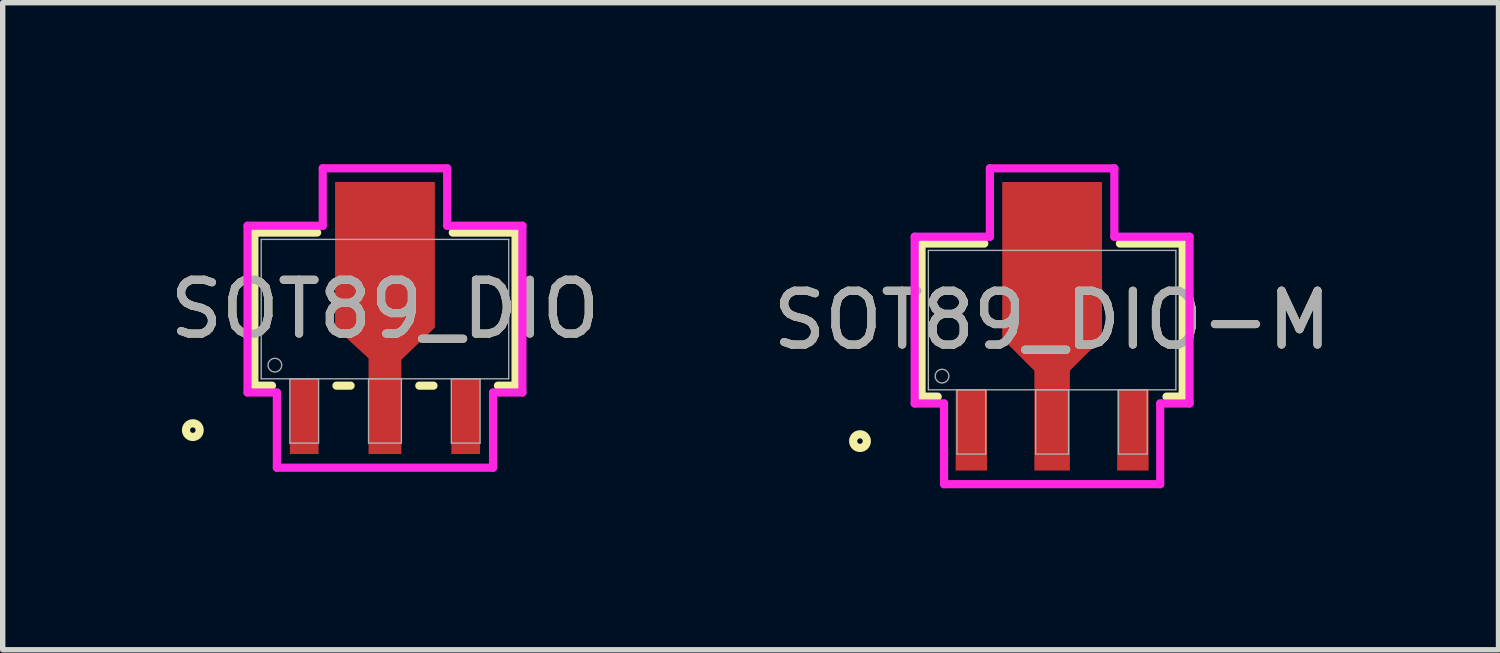
<source format=kicad_pcb>
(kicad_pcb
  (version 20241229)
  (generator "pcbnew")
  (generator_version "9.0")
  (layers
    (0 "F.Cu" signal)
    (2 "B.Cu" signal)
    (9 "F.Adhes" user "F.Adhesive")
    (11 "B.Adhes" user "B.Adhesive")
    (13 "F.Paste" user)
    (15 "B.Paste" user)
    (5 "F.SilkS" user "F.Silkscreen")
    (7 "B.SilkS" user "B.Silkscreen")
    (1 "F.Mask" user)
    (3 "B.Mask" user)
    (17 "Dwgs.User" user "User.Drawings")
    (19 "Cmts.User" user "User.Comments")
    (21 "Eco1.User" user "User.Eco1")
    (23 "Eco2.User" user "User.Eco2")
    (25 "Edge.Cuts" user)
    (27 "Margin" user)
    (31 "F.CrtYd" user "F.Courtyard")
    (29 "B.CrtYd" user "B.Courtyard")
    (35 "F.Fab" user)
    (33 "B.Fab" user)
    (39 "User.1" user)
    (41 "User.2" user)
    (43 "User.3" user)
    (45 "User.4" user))
  (footprint "SOT89_DIO-M"
    (layer "F.Cu")
    (at 16.494 2.896)
    (property "Reference" "SOT89_DIO-M" (at 0 0 0) (unlocked yes) (layer "F.SilkS") (effects (font (size 1 1) (thickness 0.15))))
    (attr smd)
    (fp_poly (pts (xy -0.33 1.295) (xy -0.33 0.94) (xy -0.927 0.343) (xy -0.927 -2.565) (xy 0.927 -2.565) (xy 0.927 0.343) (xy 0.33 0.94) (xy 0.33 1.295)) (stroke (width 0) (type solid)) (fill yes) (layer "F.Cu"))
    (fp_poly (pts (xy -0.33 1.321) (xy -0.33 0.94) (xy -0.927 0.343) (xy -0.927 -2.311) (xy 0.927 -2.311) (xy 0.927 0.343) (xy 0.33 0.94) (xy 0.33 1.321)) (stroke (width 0) (type solid)) (fill yes) (layer "F.Mask"))
    (fp_line (start -2.426 -1.422) (end -2.426 1.422) (stroke (width 0.152) (type solid)) (layer "F.SilkS"))
    (fp_line (start -2.426 1.422) (end -2.125 1.422) (stroke (width 0.152) (type solid)) (layer "F.SilkS"))
    (fp_line (start -1.26 -1.422) (end -2.426 -1.422) (stroke (width 0.152) (type solid)) (layer "F.SilkS"))
    (fp_line (start 2.125 1.422) (end 2.426 1.422) (stroke (width 0.152) (type solid)) (layer "F.SilkS"))
    (fp_line (start 2.426 -1.422) (end 1.26 -1.422) (stroke (width 0.152) (type solid)) (layer "F.SilkS"))
    (fp_line (start 2.426 1.422) (end 2.426 -1.422) (stroke (width 0.152) (type solid)) (layer "F.SilkS"))
    (fp_circle (center -3.569 2.248) (end -3.442 2.248) (stroke (width 0.152) (type solid)) (fill no) (layer "F.SilkS"))
    (fp_poly (pts (xy -0.33 1.321) (xy -0.33 0.94) (xy -0.927 0.343) (xy -0.927 -2.311) (xy 0.927 -2.311) (xy 0.927 0.343) (xy 0.33 0.94) (xy 0.33 1.321)) (stroke (width 0) (type solid)) (fill yes) (layer "F.Paste"))
    (fp_line (start -2.553 -1.549) (end -1.156 -1.549) (stroke (width 0.152) (type solid)) (layer "F.CrtYd"))
    (fp_line (start -2.553 1.549) (end -2.553 -1.549) (stroke (width 0.152) (type solid)) (layer "F.CrtYd"))
    (fp_line (start -2.008 1.549) (end -2.553 1.549) (stroke (width 0.152) (type solid)) (layer "F.CrtYd"))
    (fp_line (start -2.008 3.048) (end -2.008 1.549) (stroke (width 0.152) (type solid)) (layer "F.CrtYd"))
    (fp_line (start -1.156 -2.819) (end 1.156 -2.819) (stroke (width 0.152) (type solid)) (layer "F.CrtYd"))
    (fp_line (start -1.156 -1.549) (end -1.156 -2.819) (stroke (width 0.152) (type solid)) (layer "F.CrtYd"))
    (fp_line (start 1.156 -2.819) (end 1.156 -1.549) (stroke (width 0.152) (type solid)) (layer "F.CrtYd"))
    (fp_line (start 1.156 -1.549) (end 2.553 -1.549) (stroke (width 0.152) (type solid)) (layer "F.CrtYd"))
    (fp_line (start 2.008 1.549) (end 2.008 3.048) (stroke (width 0.152) (type solid)) (layer "F.CrtYd"))
    (fp_line (start 2.008 3.048) (end -2.008 3.048) (stroke (width 0.152) (type solid)) (layer "F.CrtYd"))
    (fp_line (start 2.553 -1.549) (end 2.553 1.549) (stroke (width 0.152) (type solid)) (layer "F.CrtYd"))
    (fp_line (start 2.553 1.549) (end 2.008 1.549) (stroke (width 0.152) (type solid)) (layer "F.CrtYd"))
    (fp_line (start -2.299 -1.295) (end -2.299 1.295) (stroke (width 0.025) (type solid)) (layer "F.Fab"))
    (fp_line (start -2.299 1.295) (end 2.299 1.295) (stroke (width 0.025) (type solid)) (layer "F.Fab"))
    (fp_line (start -1.767 1.295) (end -1.767 2.489) (stroke (width 0.025) (type solid)) (layer "F.Fab"))
    (fp_line (start -1.767 2.489) (end -1.233 2.489) (stroke (width 0.025) (type solid)) (layer "F.Fab"))
    (fp_line (start -1.233 1.295) (end -1.767 1.295) (stroke (width 0.025) (type solid)) (layer "F.Fab"))
    (fp_line (start -1.233 2.489) (end -1.233 1.295) (stroke (width 0.025) (type solid)) (layer "F.Fab"))
    (fp_line (start -0.305 1.295) (end -0.305 2.489) (stroke (width 0.025) (type solid)) (layer "F.Fab"))
    (fp_line (start -0.305 2.489) (end 0.305 2.489) (stroke (width 0.025) (type solid)) (layer "F.Fab"))
    (fp_line (start 0.305 1.295) (end -0.305 1.295) (stroke (width 0.025) (type solid)) (layer "F.Fab"))
    (fp_line (start 0.305 2.489) (end 0.305 1.295) (stroke (width 0.025) (type solid)) (layer "F.Fab"))
    (fp_line (start 1.233 1.295) (end 1.233 2.489) (stroke (width 0.025) (type solid)) (layer "F.Fab"))
    (fp_line (start 1.233 2.489) (end 1.767 2.489) (stroke (width 0.025) (type solid)) (layer "F.Fab"))
    (fp_line (start 1.767 1.295) (end 1.233 1.295) (stroke (width 0.025) (type solid)) (layer "F.Fab"))
    (fp_line (start 1.767 2.489) (end 1.767 1.295) (stroke (width 0.025) (type solid)) (layer "F.Fab"))
    (fp_line (start 2.299 -1.295) (end -2.299 -1.295) (stroke (width 0.025) (type solid)) (layer "F.Fab"))
    (fp_line (start 2.299 1.295) (end 2.299 -1.295) (stroke (width 0.025) (type solid)) (layer "F.Fab"))
    (fp_circle (center -2.045 1.041) (end -1.918 1.041) (stroke (width 0.025) (type solid)) (fill no) (layer "F.Fab"))
    (fp_text user "${REFERENCE}" (at 0 0 0) (unlocked yes) (layer "F.Fab") (effects (font (size 1 1) (thickness 0.15))))
    (pad "1" smd rect (at -1.5 2.045) (size 0.584 1.499) (layers "F.Cu" "F.Mask" "F.Paste"))
    (pad "2" smd rect (at 0 2.045) (size 0.66 1.499) (layers "F.Cu" "F.Mask" "F.Paste"))
    (pad "3" smd rect (at 1.5 2.045) (size 0.584 1.499) (layers "F.Cu" "F.Mask" "F.Paste")))
  (footprint "SOT89_DIO"
    (layer "F.Cu")
    (at 4.101 2.692)
    (property "Reference" "SOT89_DIO" (at 0 0 0) (unlocked yes) (layer "F.SilkS") (effects (font (size 1 1) (thickness 0.15))))
    (attr smd)
    (fp_poly (pts (xy -0.305 1.295) (xy -0.305 0.914) (xy -0.927 0.343) (xy -0.927 -2.362) (xy 0.927 -2.362) (xy 0.927 0.343) (xy 0.305 0.94) (xy 0.305 1.295)) (stroke (width 0) (type solid)) (fill yes) (layer "F.Cu"))
    (fp_poly (pts (xy -0.305 1.295) (xy -0.305 0.914) (xy -0.902 0.318) (xy -0.902 -2.21) (xy 0.902 -2.21) (xy 0.902 0.318) (xy 0.305 0.914) (xy 0.305 1.295)) (stroke (width 0) (type solid)) (fill yes) (layer "F.Mask"))
    (fp_line (start -2.426 -1.422) (end -2.426 1.422) (stroke (width 0.152) (type solid)) (layer "F.SilkS"))
    (fp_line (start -2.426 1.422) (end -2.099 1.422) (stroke (width 0.152) (type solid)) (layer "F.SilkS"))
    (fp_line (start -1.26 -1.422) (end -2.426 -1.422) (stroke (width 0.152) (type solid)) (layer "F.SilkS"))
    (fp_line (start -0.901 1.422) (end -0.638 1.422) (stroke (width 0.152) (type solid)) (layer "F.SilkS"))
    (fp_line (start 0.638 1.422) (end 0.901 1.422) (stroke (width 0.152) (type solid)) (layer "F.SilkS"))
    (fp_line (start 2.099 1.422) (end 2.426 1.422) (stroke (width 0.152) (type solid)) (layer "F.SilkS"))
    (fp_line (start 2.426 -1.422) (end 1.26 -1.422) (stroke (width 0.152) (type solid)) (layer "F.SilkS"))
    (fp_line (start 2.426 1.422) (end 2.426 -1.422) (stroke (width 0.152) (type solid)) (layer "F.SilkS"))
    (fp_circle (center -3.569 2.248) (end -3.442 2.248) (stroke (width 0.152) (type solid)) (fill no) (layer "F.SilkS"))
    (fp_poly (pts (xy -0.305 1.295) (xy -0.305 0.914) (xy -0.902 0.318) (xy -0.902 -2.21) (xy 0.902 -2.21) (xy 0.902 0.318) (xy 0.305 0.914) (xy 0.305 1.295)) (stroke (width 0) (type solid)) (fill yes) (layer "F.Paste"))
    (fp_line (start -2.553 -1.549) (end -1.156 -1.549) (stroke (width 0.152) (type solid)) (layer "F.CrtYd"))
    (fp_line (start -2.553 1.549) (end -2.553 -1.549) (stroke (width 0.152) (type solid)) (layer "F.CrtYd"))
    (fp_line (start -2.008 1.549) (end -2.553 1.549) (stroke (width 0.152) (type solid)) (layer "F.CrtYd"))
    (fp_line (start -2.008 2.946) (end -2.008 1.549) (stroke (width 0.152) (type solid)) (layer "F.CrtYd"))
    (fp_line (start -1.156 -2.616) (end 1.156 -2.616) (stroke (width 0.152) (type solid)) (layer "F.CrtYd"))
    (fp_line (start -1.156 -1.549) (end -1.156 -2.616) (stroke (width 0.152) (type solid)) (layer "F.CrtYd"))
    (fp_line (start 1.156 -2.616) (end 1.156 -1.549) (stroke (width 0.152) (type solid)) (layer "F.CrtYd"))
    (fp_line (start 1.156 -1.549) (end 2.553 -1.549) (stroke (width 0.152) (type solid)) (layer "F.CrtYd"))
    (fp_line (start 2.008 1.549) (end 2.008 2.946) (stroke (width 0.152) (type solid)) (layer "F.CrtYd"))
    (fp_line (start 2.008 2.946) (end -2.008 2.946) (stroke (width 0.152) (type solid)) (layer "F.CrtYd"))
    (fp_line (start 2.553 -1.549) (end 2.553 1.549) (stroke (width 0.152) (type solid)) (layer "F.CrtYd"))
    (fp_line (start 2.553 1.549) (end 2.008 1.549) (stroke (width 0.152) (type solid)) (layer "F.CrtYd"))
    (fp_line (start -2.299 -1.295) (end -2.299 1.295) (stroke (width 0.025) (type solid)) (layer "F.Fab"))
    (fp_line (start -2.299 1.295) (end 2.299 1.295) (stroke (width 0.025) (type solid)) (layer "F.Fab"))
    (fp_line (start -1.767 1.295) (end -1.767 2.489) (stroke (width 0.025) (type solid)) (layer "F.Fab"))
    (fp_line (start -1.767 2.489) (end -1.233 2.489) (stroke (width 0.025) (type solid)) (layer "F.Fab"))
    (fp_line (start -1.233 1.295) (end -1.767 1.295) (stroke (width 0.025) (type solid)) (layer "F.Fab"))
    (fp_line (start -1.233 2.489) (end -1.233 1.295) (stroke (width 0.025) (type solid)) (layer "F.Fab"))
    (fp_line (start -0.305 1.295) (end -0.305 2.489) (stroke (width 0.025) (type solid)) (layer "F.Fab"))
    (fp_line (start -0.305 2.489) (end 0.305 2.489) (stroke (width 0.025) (type solid)) (layer "F.Fab"))
    (fp_line (start 0.305 1.295) (end -0.305 1.295) (stroke (width 0.025) (type solid)) (layer "F.Fab"))
    (fp_line (start 0.305 2.489) (end 0.305 1.295) (stroke (width 0.025) (type solid)) (layer "F.Fab"))
    (fp_line (start 1.233 1.295) (end 1.233 2.489) (stroke (width 0.025) (type solid)) (layer "F.Fab"))
    (fp_line (start 1.233 2.489) (end 1.767 2.489) (stroke (width 0.025) (type solid)) (layer "F.Fab"))
    (fp_line (start 1.767 1.295) (end 1.233 1.295) (stroke (width 0.025) (type solid)) (layer "F.Fab"))
    (fp_line (start 1.767 2.489) (end 1.767 1.295) (stroke (width 0.025) (type solid)) (layer "F.Fab"))
    (fp_line (start 2.299 -1.295) (end -2.299 -1.295) (stroke (width 0.025) (type solid)) (layer "F.Fab"))
    (fp_line (start 2.299 1.295) (end 2.299 -1.295) (stroke (width 0.025) (type solid)) (layer "F.Fab"))
    (fp_circle (center -2.045 1.041) (end -1.918 1.041) (stroke (width 0.025) (type solid)) (fill no) (layer "F.Fab"))
    (fp_text user "${REFERENCE}" (at 0 0 0) (unlocked yes) (layer "F.Fab") (effects (font (size 1 1) (thickness 0.15))))
    (pad "1" smd rect (at -1.5 1.994) (size 0.533 1.397) (layers "F.Cu" "F.Mask" "F.Paste"))
    (pad "2" smd rect (at 0 1.994) (size 0.61 1.397) (layers "F.Cu" "F.Mask" "F.Paste"))
    (pad "3" smd rect (at 1.5 1.994) (size 0.533 1.397) (layers "F.Cu" "F.Mask" "F.Paste")))
  (gr_rect
    (start -3 -3)
    (end 24.786 9.02)
    (stroke (width 0.1) (type default))
    (fill no)
    (layer "Edge.Cuts")))
</source>
